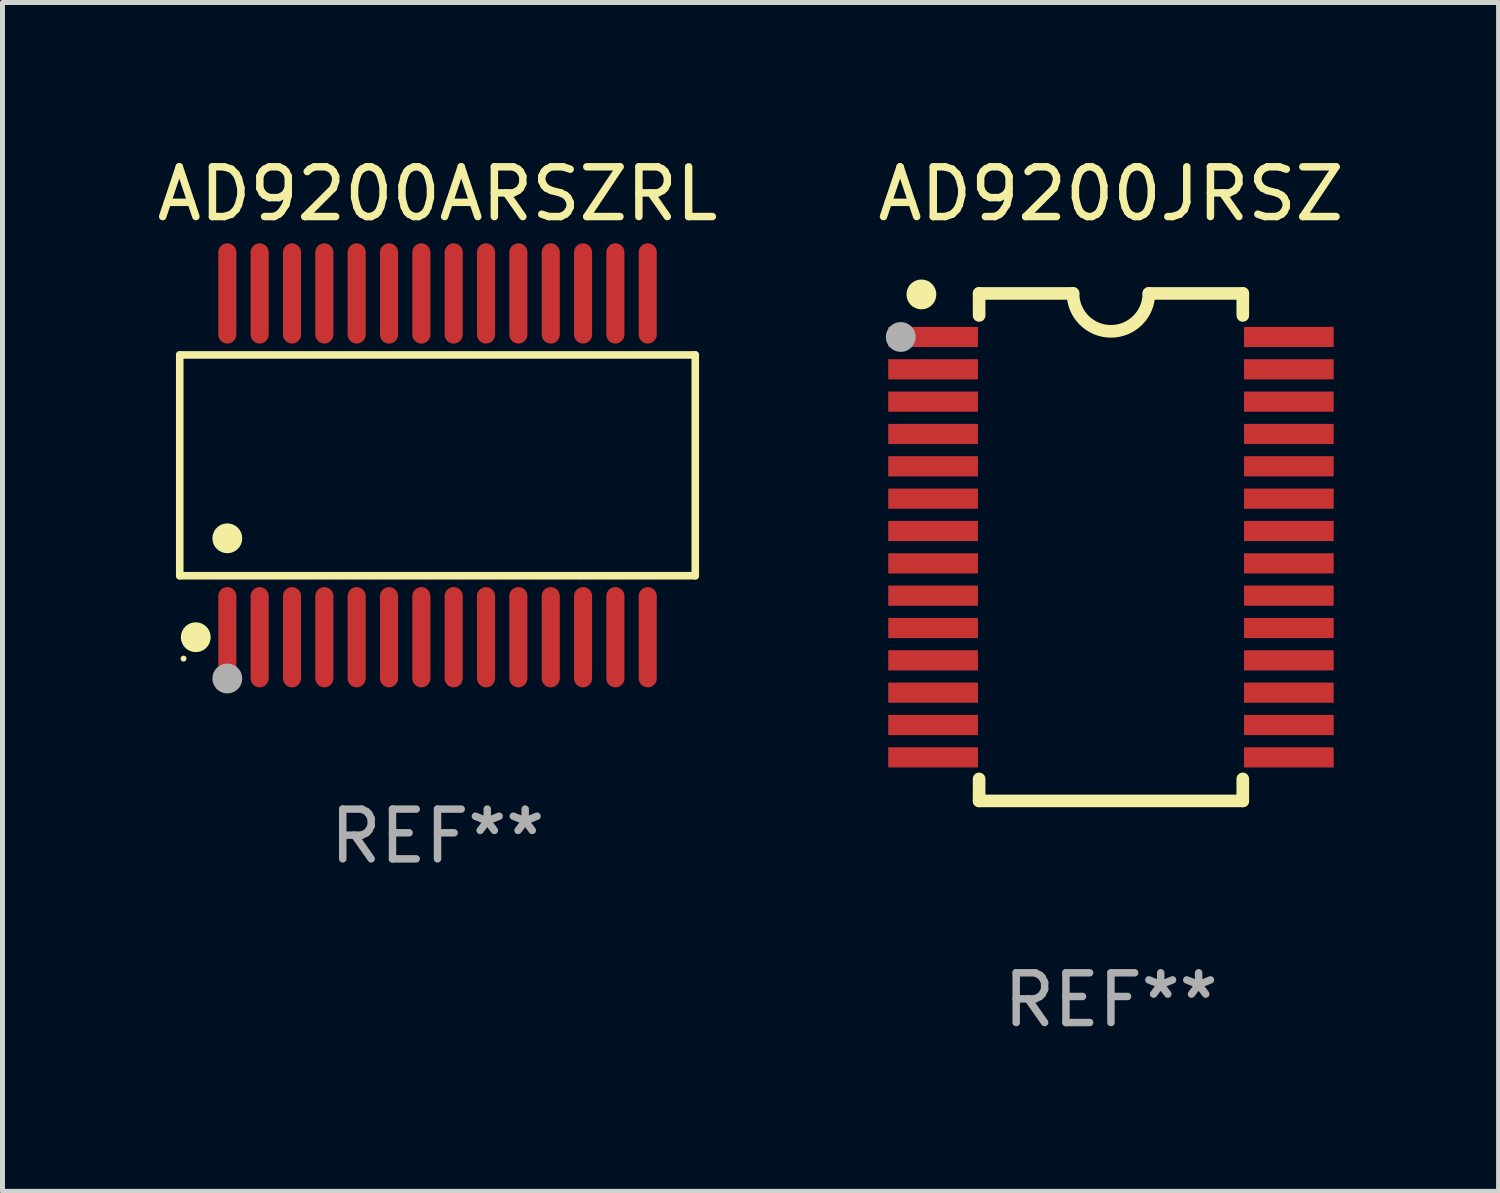
<source format=kicad_pcb>
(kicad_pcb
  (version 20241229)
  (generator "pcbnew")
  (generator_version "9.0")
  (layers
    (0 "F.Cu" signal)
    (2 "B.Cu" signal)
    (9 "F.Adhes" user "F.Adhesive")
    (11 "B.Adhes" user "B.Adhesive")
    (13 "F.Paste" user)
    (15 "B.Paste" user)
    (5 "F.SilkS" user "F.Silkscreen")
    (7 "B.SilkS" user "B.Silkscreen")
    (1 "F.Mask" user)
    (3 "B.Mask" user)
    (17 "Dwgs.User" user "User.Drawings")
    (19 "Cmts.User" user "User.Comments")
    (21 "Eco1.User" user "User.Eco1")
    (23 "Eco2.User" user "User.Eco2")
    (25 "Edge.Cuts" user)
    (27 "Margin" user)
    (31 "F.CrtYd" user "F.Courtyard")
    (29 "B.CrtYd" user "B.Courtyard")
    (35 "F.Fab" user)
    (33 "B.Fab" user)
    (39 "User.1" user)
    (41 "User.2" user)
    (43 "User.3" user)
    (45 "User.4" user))
  (footprint "AD9200ARSZRL"
    (layer "F.Cu")
    (at 5.744 6.303)
    (property "Reference" "AD9200ARSZRL" (at 0 -5.455 0) (layer "F.SilkS") (effects (font (size 1 1) (thickness 0.15))))
    (attr through_hole)
    (fp_line (start -5.181 -2.219) (end 5.181 -2.219) (stroke (width 0.152) (type solid)) (layer "F.SilkS"))
    (fp_line (start -5.181 2.219) (end -5.181 -2.219) (stroke (width 0.152) (type solid)) (layer "F.SilkS"))
    (fp_line (start 5.181 -2.219) (end 5.181 2.219) (stroke (width 0.152) (type solid)) (layer "F.SilkS"))
    (fp_line (start 5.181 2.219) (end -5.181 2.219) (stroke (width 0.152) (type solid)) (layer "F.SilkS"))
    (fp_circle (center -5.105 3.885) (end -5.075 3.885) (stroke (width 0.06) (type solid)) (fill no) (layer "F.SilkS"))
    (fp_circle (center -4.859 3.455) (end -4.709 3.455) (stroke (width 0.3) (type solid)) (fill no) (layer "F.SilkS"))
    (fp_circle (center -4.225 1.467) (end -4.075 1.467) (stroke (width 0.3) (type solid)) (fill no) (layer "F.SilkS"))
    (fp_circle (center -4.225 4.285) (end -4.075 4.285) (stroke (width 0.3) (type solid)) (fill no) (layer "F.Fab"))
    (fp_text user "REF**" (at 0 7.455 0) (layer "F.Fab") (effects (font (size 1 1) (thickness 0.15))))
    (pad "1" smd oval (at -4.225 3.455) (size 0.364 2.015) (layers "F.Cu" "F.Mask" "F.Paste"))
    (pad "2" smd oval (at -3.575 3.455) (size 0.364 2.015) (layers "F.Cu" "F.Mask" "F.Paste"))
    (pad "3" smd oval (at -2.925 3.455) (size 0.364 2.015) (layers "F.Cu" "F.Mask" "F.Paste"))
    (pad "4" smd oval (at -2.275 3.455) (size 0.364 2.015) (layers "F.Cu" "F.Mask" "F.Paste"))
    (pad "5" smd oval (at -1.625 3.455) (size 0.364 2.015) (layers "F.Cu" "F.Mask" "F.Paste"))
    (pad "6" smd oval (at -0.975 3.455) (size 0.364 2.015) (layers "F.Cu" "F.Mask" "F.Paste"))
    (pad "7" smd oval (at -0.325 3.455) (size 0.364 2.015) (layers "F.Cu" "F.Mask" "F.Paste"))
    (pad "8" smd oval (at 0.325 3.455) (size 0.364 2.015) (layers "F.Cu" "F.Mask" "F.Paste"))
    (pad "9" smd oval (at 0.975 3.455) (size 0.364 2.015) (layers "F.Cu" "F.Mask" "F.Paste"))
    (pad "10" smd oval (at 1.625 3.455) (size 0.364 2.015) (layers "F.Cu" "F.Mask" "F.Paste"))
    (pad "11" smd oval (at 2.275 3.455) (size 0.364 2.015) (layers "F.Cu" "F.Mask" "F.Paste"))
    (pad "12" smd oval (at 2.925 3.455) (size 0.364 2.015) (layers "F.Cu" "F.Mask" "F.Paste"))
    (pad "13" smd oval (at 3.575 3.455) (size 0.364 2.015) (layers "F.Cu" "F.Mask" "F.Paste"))
    (pad "14" smd oval (at 4.225 3.455) (size 0.364 2.015) (layers "F.Cu" "F.Mask" "F.Paste"))
    (pad "15" smd oval (at 4.225 -3.455) (size 0.364 2.015) (layers "F.Cu" "F.Mask" "F.Paste"))
    (pad "16" smd oval (at 3.575 -3.455) (size 0.364 2.015) (layers "F.Cu" "F.Mask" "F.Paste"))
    (pad "17" smd oval (at 2.925 -3.455) (size 0.364 2.015) (layers "F.Cu" "F.Mask" "F.Paste"))
    (pad "18" smd oval (at 2.275 -3.455) (size 0.364 2.015) (layers "F.Cu" "F.Mask" "F.Paste"))
    (pad "19" smd oval (at 1.625 -3.455) (size 0.364 2.015) (layers "F.Cu" "F.Mask" "F.Paste"))
    (pad "20" smd oval (at 0.975 -3.455) (size 0.364 2.015) (layers "F.Cu" "F.Mask" "F.Paste"))
    (pad "21" smd oval (at 0.325 -3.455) (size 0.364 2.015) (layers "F.Cu" "F.Mask" "F.Paste"))
    (pad "22" smd oval (at -0.325 -3.455) (size 0.364 2.015) (layers "F.Cu" "F.Mask" "F.Paste"))
    (pad "23" smd oval (at -0.975 -3.455) (size 0.364 2.015) (layers "F.Cu" "F.Mask" "F.Paste"))
    (pad "24" smd oval (at -1.625 -3.455) (size 0.364 2.015) (layers "F.Cu" "F.Mask" "F.Paste"))
    (pad "25" smd oval (at -2.275 -3.455) (size 0.364 2.015) (layers "F.Cu" "F.Mask" "F.Paste"))
    (pad "26" smd oval (at -2.925 -3.455) (size 0.364 2.015) (layers "F.Cu" "F.Mask" "F.Paste"))
    (pad "27" smd oval (at -3.575 -3.455) (size 0.364 2.015) (layers "F.Cu" "F.Mask" "F.Paste"))
    (pad "28" smd oval (at -4.225 -3.455) (size 0.364 2.015) (layers "F.Cu" "F.Mask" "F.Paste")))
  (footprint "AD9200JRSZ"
    (layer "F.Cu")
    (at 19.28 7.948)
    (property "Reference" "AD9200JRSZ" (at 0 -7.1 0) (layer "F.SilkS") (effects (font (size 1 1) (thickness 0.15))))
    (attr through_hole)
    (fp_line (start -2.65 -5.1) (end -0.762 -5.1) (stroke (width 0.254) (type solid)) (layer "F.SilkS"))
    (fp_line (start -2.65 -4.658) (end -2.65 -5.1) (stroke (width 0.254) (type solid)) (layer "F.SilkS"))
    (fp_line (start -2.65 5.1) (end -2.65 4.658) (stroke (width 0.254) (type solid)) (layer "F.SilkS"))
    (fp_line (start -2.65 5.1) (end 2.65 5.1) (stroke (width 0.254) (type solid)) (layer "F.SilkS"))
    (fp_line (start 2.65 -5.1) (end 0.762 -5.1) (stroke (width 0.254) (type solid)) (layer "F.SilkS"))
    (fp_line (start 2.65 -5.1) (end 2.65 -4.658) (stroke (width 0.254) (type solid)) (layer "F.SilkS"))
    (fp_line (start 2.65 4.658) (end 2.65 5.1) (stroke (width 0.254) (type solid)) (layer "F.SilkS"))
    (fp_arc (start 0.761925 -5.1) (mid -0.000241 -4.338329) (end -0.762077 -5.10033) (stroke (width 0.254001) (type solid)) (layer "F.SilkS"))
    (fp_circle (center -3.858 -5.07) (end -3.828 -5.07) (stroke (width 0.06) (type solid)) (fill no) (layer "F.SilkS"))
    (fp_circle (center -3.81 -5.08) (end -3.66 -5.08) (stroke (width 0.3) (type solid)) (fill no) (layer "F.SilkS"))
    (fp_circle (center -4.225 -4.225) (end -4.075 -4.225) (stroke (width 0.3) (type solid)) (fill no) (layer "F.Fab"))
    (fp_text user "REF**" (at 0 9.1 0) (layer "F.Fab") (effects (font (size 1 1) (thickness 0.15))))
    (pad "1" smd rect (at -3.575 -4.225) (size 1.803 0.406) (layers "F.Cu" "F.Mask" "F.Paste"))
    (pad "2" smd rect (at -3.575 -3.575) (size 1.803 0.406) (layers "F.Cu" "F.Mask" "F.Paste"))
    (pad "3" smd rect (at -3.575 -2.925) (size 1.803 0.406) (layers "F.Cu" "F.Mask" "F.Paste"))
    (pad "4" smd rect (at -3.575 -2.275) (size 1.803 0.406) (layers "F.Cu" "F.Mask" "F.Paste"))
    (pad "5" smd rect (at -3.575 -1.625) (size 1.803 0.406) (layers "F.Cu" "F.Mask" "F.Paste"))
    (pad "6" smd rect (at -3.575 -0.975) (size 1.803 0.406) (layers "F.Cu" "F.Mask" "F.Paste"))
    (pad "7" smd rect (at -3.575 -0.325) (size 1.803 0.406) (layers "F.Cu" "F.Mask" "F.Paste"))
    (pad "8" smd rect (at -3.575 0.325) (size 1.803 0.406) (layers "F.Cu" "F.Mask" "F.Paste"))
    (pad "9" smd rect (at -3.575 0.975) (size 1.803 0.406) (layers "F.Cu" "F.Mask" "F.Paste"))
    (pad "10" smd rect (at -3.575 1.625) (size 1.803 0.406) (layers "F.Cu" "F.Mask" "F.Paste"))
    (pad "11" smd rect (at -3.575 2.275) (size 1.803 0.406) (layers "F.Cu" "F.Mask" "F.Paste"))
    (pad "12" smd rect (at -3.575 2.925) (size 1.803 0.406) (layers "F.Cu" "F.Mask" "F.Paste"))
    (pad "13" smd rect (at -3.575 3.575) (size 1.803 0.406) (layers "F.Cu" "F.Mask" "F.Paste"))
    (pad "14" smd rect (at -3.575 4.225) (size 1.803 0.406) (layers "F.Cu" "F.Mask" "F.Paste"))
    (pad "15" smd rect (at 3.575 4.225) (size 1.803 0.406) (layers "F.Cu" "F.Mask" "F.Paste"))
    (pad "16" smd rect (at 3.575 3.575) (size 1.803 0.406) (layers "F.Cu" "F.Mask" "F.Paste"))
    (pad "17" smd rect (at 3.575 2.925) (size 1.803 0.406) (layers "F.Cu" "F.Mask" "F.Paste"))
    (pad "18" smd rect (at 3.575 2.275) (size 1.803 0.406) (layers "F.Cu" "F.Mask" "F.Paste"))
    (pad "19" smd rect (at 3.575 1.625) (size 1.803 0.406) (layers "F.Cu" "F.Mask" "F.Paste"))
    (pad "20" smd rect (at 3.575 0.975) (size 1.803 0.406) (layers "F.Cu" "F.Mask" "F.Paste"))
    (pad "21" smd rect (at 3.575 0.325) (size 1.803 0.406) (layers "F.Cu" "F.Mask" "F.Paste"))
    (pad "22" smd rect (at 3.575 -0.325) (size 1.803 0.406) (layers "F.Cu" "F.Mask" "F.Paste"))
    (pad "23" smd rect (at 3.575 -0.975) (size 1.803 0.406) (layers "F.Cu" "F.Mask" "F.Paste"))
    (pad "24" smd rect (at 3.575 -1.625) (size 1.803 0.406) (layers "F.Cu" "F.Mask" "F.Paste"))
    (pad "25" smd rect (at 3.575 -2.275) (size 1.803 0.406) (layers "F.Cu" "F.Mask" "F.Paste"))
    (pad "26" smd rect (at 3.575 -2.925) (size 1.803 0.406) (layers "F.Cu" "F.Mask" "F.Paste"))
    (pad "27" smd rect (at 3.575 -3.575) (size 1.803 0.406) (layers "F.Cu" "F.Mask" "F.Paste"))
    (pad "28" smd rect (at 3.575 -4.225) (size 1.803 0.406) (layers "F.Cu" "F.Mask" "F.Paste")))
  (gr_rect
    (start -3 -3)
    (end 27.071 20.896)
    (stroke (width 0.1) (type default))
    (fill no)
    (layer "Edge.Cuts")))
</source>
